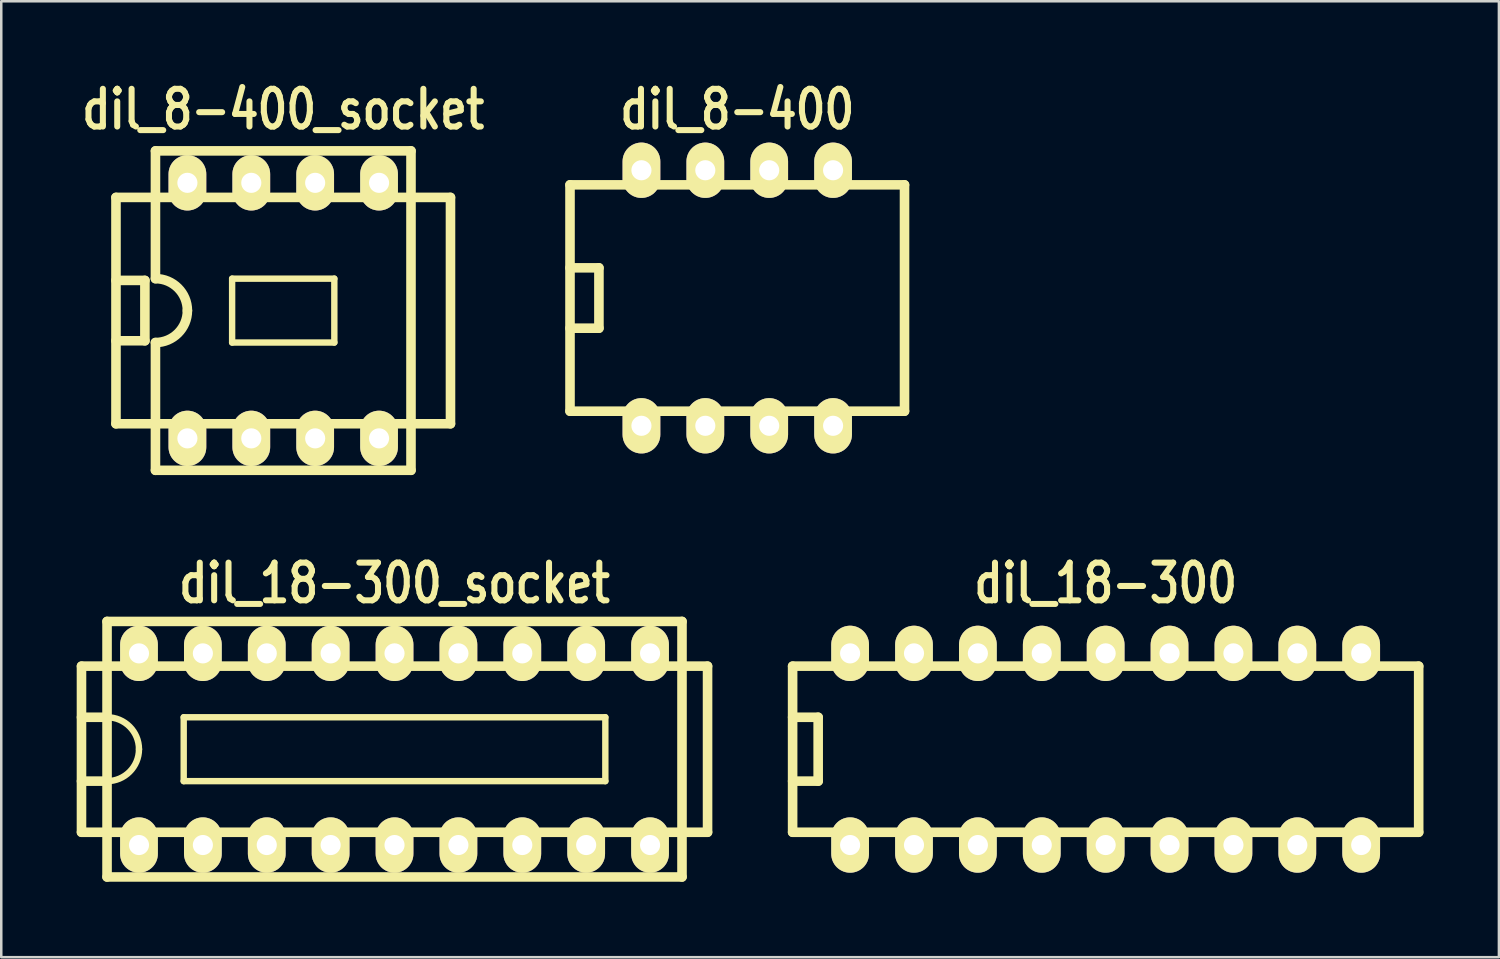
<source format=kicad_pcb>
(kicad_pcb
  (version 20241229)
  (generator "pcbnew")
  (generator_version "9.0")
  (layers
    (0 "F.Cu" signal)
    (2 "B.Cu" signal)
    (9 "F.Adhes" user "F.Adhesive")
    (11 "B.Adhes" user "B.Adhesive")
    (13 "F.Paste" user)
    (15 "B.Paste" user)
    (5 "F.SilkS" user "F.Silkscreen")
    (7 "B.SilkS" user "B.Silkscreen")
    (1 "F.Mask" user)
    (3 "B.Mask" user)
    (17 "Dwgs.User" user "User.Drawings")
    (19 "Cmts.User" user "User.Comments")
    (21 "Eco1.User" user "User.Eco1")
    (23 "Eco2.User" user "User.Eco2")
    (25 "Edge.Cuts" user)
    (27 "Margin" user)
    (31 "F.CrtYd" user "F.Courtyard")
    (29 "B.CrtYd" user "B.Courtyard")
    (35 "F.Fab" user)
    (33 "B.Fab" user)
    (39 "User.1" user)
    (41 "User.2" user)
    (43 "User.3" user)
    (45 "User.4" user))
  (footprint "dil_18-300"
    (layer "F.Cu")
    (at 40.91 26.738)
    (property "Reference" "dil_18-300" (at 0 -6.6 0) (layer "F.SilkS") (effects (font (size 1.5 1.2) (thickness 0.24))))
    (attr through_hole)
    (fp_line (start -12.446 -3.302) (end 12.446 -3.302) (stroke (width 0.381) (type solid)) (layer "F.SilkS"))
    (fp_line (start -12.446 3.302) (end -12.446 -3.302) (stroke (width 0.381) (type solid)) (layer "F.SilkS"))
    (fp_line (start -12.446 3.302) (end 12.446 3.302) (stroke (width 0.381) (type solid)) (layer "F.SilkS"))
    (fp_line (start -11.43 -1.27) (end -12.446 -1.27) (stroke (width 0.381) (type solid)) (layer "F.SilkS"))
    (fp_line (start -11.43 -1.27) (end -11.43 1.27) (stroke (width 0.381) (type solid)) (layer "F.SilkS"))
    (fp_line (start -11.43 1.27) (end -12.446 1.27) (stroke (width 0.381) (type solid)) (layer "F.SilkS"))
    (fp_line (start 12.446 -3.302) (end 12.446 3.302) (stroke (width 0.381) (type solid)) (layer "F.SilkS"))
    (pad "1" thru_hole oval (at -10.16 3.81) (size 1.5 2.2) (drill 0.8) (layers "*.Cu" "*.Mask" "F.SilkS"))
    (pad "2" thru_hole oval (at -7.62 3.81) (size 1.5 2.2) (drill 0.8) (layers "*.Cu" "*.Mask" "F.SilkS"))
    (pad "3" thru_hole oval (at -5.08 3.81) (size 1.5 2.2) (drill 0.8) (layers "*.Cu" "*.Mask" "F.SilkS"))
    (pad "4" thru_hole oval (at -2.54 3.81) (size 1.5 2.2) (drill 0.8) (layers "*.Cu" "*.Mask" "F.SilkS"))
    (pad "5" thru_hole oval (at 0 3.81) (size 1.5 2.2) (drill 0.8) (layers "*.Cu" "*.Mask" "F.SilkS"))
    (pad "6" thru_hole oval (at 2.54 3.81) (size 1.5 2.2) (drill 0.8) (layers "*.Cu" "*.Mask" "F.SilkS"))
    (pad "7" thru_hole oval (at 5.08 3.81) (size 1.5 2.2) (drill 0.8) (layers "*.Cu" "*.Mask" "F.SilkS"))
    (pad "8" thru_hole oval (at 7.62 3.81) (size 1.5 2.2) (drill 0.8) (layers "*.Cu" "*.Mask" "F.SilkS"))
    (pad "9" thru_hole oval (at 10.16 3.81) (size 1.5 2.2) (drill 0.8) (layers "*.Cu" "*.Mask" "F.SilkS"))
    (pad "10" thru_hole oval (at 10.16 -3.81) (size 1.5 2.2) (drill 0.8) (layers "*.Cu" "*.Mask" "F.SilkS"))
    (pad "11" thru_hole oval (at 7.62 -3.81) (size 1.5 2.2) (drill 0.8) (layers "*.Cu" "*.Mask" "F.SilkS"))
    (pad "12" thru_hole oval (at 5.08 -3.81) (size 1.5 2.2) (drill 0.8) (layers "*.Cu" "*.Mask" "F.SilkS"))
    (pad "13" thru_hole oval (at 2.54 -3.81) (size 1.5 2.2) (drill 0.8) (layers "*.Cu" "*.Mask" "F.SilkS"))
    (pad "14" thru_hole oval (at 0 -3.81) (size 1.5 2.2) (drill 0.8) (layers "*.Cu" "*.Mask" "F.SilkS"))
    (pad "15" thru_hole oval (at -2.54 -3.81) (size 1.5 2.2) (drill 0.8) (layers "*.Cu" "*.Mask" "F.SilkS"))
    (pad "16" thru_hole oval (at -5.08 -3.81) (size 1.5 2.2) (drill 0.8) (layers "*.Cu" "*.Mask" "F.SilkS"))
    (pad "17" thru_hole oval (at -7.62 -3.81) (size 1.5 2.2) (drill 0.8) (layers "*.Cu" "*.Mask" "F.SilkS"))
    (pad "18" thru_hole oval (at -10.16 -3.81) (size 1.5 2.2) (drill 0.8) (layers "*.Cu" "*.Mask" "F.SilkS")))
  (footprint "dil_8-400"
    (layer "F.Cu")
    (at 26.263 8.799)
    (property "Reference" "dil_8-400" (at 0 -7.5 0) (layer "F.SilkS") (effects (font (size 1.5 1.2) (thickness 0.24))))
    (attr through_hole)
    (fp_line (start -6.65 -4.5) (end 6.65 -4.5) (stroke (width 0.381) (type solid)) (layer "F.SilkS"))
    (fp_line (start -6.65 4.5) (end -6.65 -4.5) (stroke (width 0.381) (type solid)) (layer "F.SilkS"))
    (fp_line (start -5.5 -1.2) (end -6.65 -1.2) (stroke (width 0.381) (type solid)) (layer "F.SilkS"))
    (fp_line (start -5.5 -1.2) (end -5.5 1.2) (stroke (width 0.381) (type solid)) (layer "F.SilkS"))
    (fp_line (start -5.5 1.2) (end -6.65 1.2) (stroke (width 0.381) (type solid)) (layer "F.SilkS"))
    (fp_line (start 6.65 -4.5) (end 6.65 4.5) (stroke (width 0.381) (type solid)) (layer "F.SilkS"))
    (fp_line (start 6.65 4.5) (end -6.65 4.5) (stroke (width 0.381) (type solid)) (layer "F.SilkS"))
    (pad "1" thru_hole oval (at -3.81 5.08) (size 1.5 2.2) (drill 0.8) (layers "*.Cu" "*.Mask" "F.SilkS"))
    (pad "2" thru_hole oval (at -1.27 5.08) (size 1.5 2.2) (drill 0.8) (layers "*.Cu" "*.Mask" "F.SilkS"))
    (pad "3" thru_hole oval (at 1.27 5.08) (size 1.5 2.2) (drill 0.8) (layers "*.Cu" "*.Mask" "F.SilkS"))
    (pad "4" thru_hole oval (at 3.81 5.08) (size 1.5 2.2) (drill 0.8) (layers "*.Cu" "*.Mask" "F.SilkS"))
    (pad "5" thru_hole oval (at 3.81 -5.08) (size 1.5 2.2) (drill 0.8) (layers "*.Cu" "*.Mask" "F.SilkS"))
    (pad "6" thru_hole oval (at 1.27 -5.08) (size 1.5 2.2) (drill 0.8) (layers "*.Cu" "*.Mask" "F.SilkS"))
    (pad "7" thru_hole oval (at -1.27 -5.08) (size 1.5 2.2) (drill 0.8) (layers "*.Cu" "*.Mask" "F.SilkS"))
    (pad "8" thru_hole oval (at -3.81 -5.08) (size 1.5 2.2) (drill 0.8) (layers "*.Cu" "*.Mask" "F.SilkS")))
  (footprint "dil_8-400_socket"
    (layer "F.Cu")
    (at 8.211 9.299)
    (property "Reference" "dil_8-400_socket" (at 0 -8 0) (layer "F.SilkS") (effects (font (size 1.5 1.2) (thickness 0.24))))
    (attr through_hole)
    (fp_line (start -6.65 -4.5) (end 6.65 -4.5) (stroke (width 0.381) (type solid)) (layer "F.SilkS"))
    (fp_line (start -6.65 4.5) (end -6.65 -4.5) (stroke (width 0.381) (type solid)) (layer "F.SilkS"))
    (fp_line (start -6.65 4.5) (end 6.65 4.5) (stroke (width 0.381) (type solid)) (layer "F.SilkS"))
    (fp_line (start -5.5 -1.2) (end -6.65 -1.2) (stroke (width 0.381) (type solid)) (layer "F.SilkS"))
    (fp_line (start -5.5 -1.2) (end -5.5 1.2) (stroke (width 0.381) (type solid)) (layer "F.SilkS"))
    (fp_line (start -5.5 1.2) (end -6.65 1.2) (stroke (width 0.381) (type solid)) (layer "F.SilkS"))
    (fp_line (start -5.08 -6.35) (end -5.08 -1.27) (stroke (width 0.381) (type solid)) (layer "F.SilkS"))
    (fp_line (start -5.08 6.35) (end -5.08 1.27) (stroke (width 0.381) (type solid)) (layer "F.SilkS"))
    (fp_line (start -2.032 -1.27) (end -2.032 1.27) (stroke (width 0.254) (type solid)) (layer "F.SilkS"))
    (fp_line (start -2.032 -1.27) (end 2.032 -1.27) (stroke (width 0.254) (type solid)) (layer "F.SilkS"))
    (fp_line (start 2.032 1.27) (end -2.032 1.27) (stroke (width 0.254) (type solid)) (layer "F.SilkS"))
    (fp_line (start 2.032 1.27) (end 2.032 -1.27) (stroke (width 0.254) (type solid)) (layer "F.SilkS"))
    (fp_line (start 5.08 -6.35) (end -5.08 -6.35) (stroke (width 0.381) (type solid)) (layer "F.SilkS"))
    (fp_line (start 5.08 -6.35) (end 5.08 6.35) (stroke (width 0.381) (type solid)) (layer "F.SilkS"))
    (fp_line (start 5.08 6.35) (end -5.08 6.35) (stroke (width 0.381) (type solid)) (layer "F.SilkS"))
    (fp_line (start 6.65 -4.5) (end 6.65 4.5) (stroke (width 0.381) (type solid)) (layer "F.SilkS"))
    (fp_arc (start -5.08 -1.27) (mid -4.181974 -0.898026) (end -3.81 0) (stroke (width 0.381) (type solid)) (layer "F.SilkS"))
    (fp_arc (start -3.81 0) (mid -4.181974 0.898026) (end -5.08 1.27) (stroke (width 0.381) (type solid)) (layer "F.SilkS"))
    (pad "1" thru_hole oval (at -3.81 5.08) (size 1.5 2.2) (drill 0.8) (layers "*.Cu" "*.Mask" "F.SilkS"))
    (pad "2" thru_hole oval (at -1.27 5.08) (size 1.5 2.2) (drill 0.8) (layers "*.Cu" "*.Mask" "F.SilkS"))
    (pad "3" thru_hole oval (at 1.27 5.08) (size 1.5 2.2) (drill 0.8) (layers "*.Cu" "*.Mask" "F.SilkS"))
    (pad "4" thru_hole oval (at 3.81 5.08) (size 1.5 2.2) (drill 0.8) (layers "*.Cu" "*.Mask" "F.SilkS"))
    (pad "5" thru_hole oval (at 3.81 -5.08) (size 1.5 2.2) (drill 0.8) (layers "*.Cu" "*.Mask" "F.SilkS"))
    (pad "6" thru_hole oval (at 1.27 -5.08) (size 1.5 2.2) (drill 0.8) (layers "*.Cu" "*.Mask" "F.SilkS"))
    (pad "7" thru_hole oval (at -1.27 -5.08) (size 1.5 2.2) (drill 0.8) (layers "*.Cu" "*.Mask" "F.SilkS"))
    (pad "8" thru_hole oval (at -3.81 -5.08) (size 1.5 2.2) (drill 0.8) (layers "*.Cu" "*.Mask" "F.SilkS")))
  (footprint "dil_18-300_socket"
    (layer "F.Cu")
    (at 12.636 26.738)
    (property "Reference" "dil_18-300_socket" (at 0 -6.6 0) (layer "F.SilkS") (effects (font (size 1.5 1.2) (thickness 0.24))))
    (attr through_hole)
    (fp_line (start -12.446 -3.302) (end 12.446 -3.302) (stroke (width 0.381) (type solid)) (layer "F.SilkS"))
    (fp_line (start -12.446 3.302) (end -12.446 -3.302) (stroke (width 0.381) (type solid)) (layer "F.SilkS"))
    (fp_line (start -12.446 3.302) (end 12.446 3.302) (stroke (width 0.381) (type solid)) (layer "F.SilkS"))
    (fp_line (start -11.43 -5.08) (end 11.43 -5.08) (stroke (width 0.381) (type solid)) (layer "F.SilkS"))
    (fp_line (start -11.43 -1.27) (end -12.446 -1.27) (stroke (width 0.381) (type solid)) (layer "F.SilkS"))
    (fp_line (start -11.43 1.27) (end -12.446 1.27) (stroke (width 0.381) (type solid)) (layer "F.SilkS"))
    (fp_line (start -11.43 5.08) (end -11.43 -5.08) (stroke (width 0.381) (type solid)) (layer "F.SilkS"))
    (fp_line (start -8.382 -1.27) (end -8.382 1.27) (stroke (width 0.254) (type solid)) (layer "F.SilkS"))
    (fp_line (start -8.382 -1.27) (end 8.382 -1.27) (stroke (width 0.254) (type solid)) (layer "F.SilkS"))
    (fp_line (start 8.382 1.27) (end -8.382 1.27) (stroke (width 0.254) (type solid)) (layer "F.SilkS"))
    (fp_line (start 8.382 1.27) (end 8.382 -1.27) (stroke (width 0.254) (type solid)) (layer "F.SilkS"))
    (fp_line (start 11.43 -5.08) (end 11.43 5.08) (stroke (width 0.381) (type solid)) (layer "F.SilkS"))
    (fp_line (start 11.43 5.08) (end -11.43 5.08) (stroke (width 0.381) (type solid)) (layer "F.SilkS"))
    (fp_line (start 12.446 -3.302) (end 12.446 3.302) (stroke (width 0.381) (type solid)) (layer "F.SilkS"))
    (fp_arc (start -11.43 -1.27) (mid -10.531974 -0.898026) (end -10.16 0) (stroke (width 0.254) (type solid)) (layer "F.SilkS"))
    (fp_arc (start -10.16 0) (mid -10.531974 0.898026) (end -11.43 1.27) (stroke (width 0.254) (type solid)) (layer "F.SilkS"))
    (pad "1" thru_hole oval (at -10.16 3.81) (size 1.5 2.2) (drill 0.8) (layers "*.Cu" "*.Mask" "F.SilkS"))
    (pad "2" thru_hole oval (at -7.62 3.81) (size 1.5 2.2) (drill 0.8) (layers "*.Cu" "*.Mask" "F.SilkS"))
    (pad "3" thru_hole oval (at -5.08 3.81) (size 1.5 2.2) (drill 0.8) (layers "*.Cu" "*.Mask" "F.SilkS"))
    (pad "4" thru_hole oval (at -2.54 3.81) (size 1.5 2.2) (drill 0.8) (layers "*.Cu" "*.Mask" "F.SilkS"))
    (pad "5" thru_hole oval (at 0 3.81) (size 1.5 2.2) (drill 0.8) (layers "*.Cu" "*.Mask" "F.SilkS"))
    (pad "6" thru_hole oval (at 2.54 3.81) (size 1.5 2.2) (drill 0.8) (layers "*.Cu" "*.Mask" "F.SilkS"))
    (pad "7" thru_hole oval (at 5.08 3.81) (size 1.5 2.2) (drill 0.8) (layers "*.Cu" "*.Mask" "F.SilkS"))
    (pad "8" thru_hole oval (at 7.62 3.81) (size 1.5 2.2) (drill 0.8) (layers "*.Cu" "*.Mask" "F.SilkS"))
    (pad "9" thru_hole oval (at 10.16 3.81) (size 1.5 2.2) (drill 0.8) (layers "*.Cu" "*.Mask" "F.SilkS"))
    (pad "10" thru_hole oval (at 10.16 -3.81) (size 1.5 2.2) (drill 0.8) (layers "*.Cu" "*.Mask" "F.SilkS"))
    (pad "11" thru_hole oval (at 7.62 -3.81) (size 1.5 2.2) (drill 0.8) (layers "*.Cu" "*.Mask" "F.SilkS"))
    (pad "12" thru_hole oval (at 5.08 -3.81) (size 1.5 2.2) (drill 0.8) (layers "*.Cu" "*.Mask" "F.SilkS"))
    (pad "13" thru_hole oval (at 2.54 -3.81) (size 1.5 2.2) (drill 0.8) (layers "*.Cu" "*.Mask" "F.SilkS"))
    (pad "14" thru_hole oval (at 0 -3.81) (size 1.5 2.2) (drill 0.8) (layers "*.Cu" "*.Mask" "F.SilkS"))
    (pad "15" thru_hole oval (at -2.54 -3.81) (size 1.5 2.2) (drill 0.8) (layers "*.Cu" "*.Mask" "F.SilkS"))
    (pad "16" thru_hole oval (at -5.08 -3.81) (size 1.5 2.2) (drill 0.8) (layers "*.Cu" "*.Mask" "F.SilkS"))
    (pad "17" thru_hole oval (at -7.62 -3.81) (size 1.5 2.2) (drill 0.8) (layers "*.Cu" "*.Mask" "F.SilkS"))
    (pad "18" thru_hole oval (at -10.16 -3.81) (size 1.5 2.2) (drill 0.8) (layers "*.Cu" "*.Mask" "F.SilkS")))
  (gr_rect
    (start -3 -3)
    (end 56.546 35.008)
    (stroke (width 0.1) (type default))
    (fill no)
    (layer "Edge.Cuts")))
</source>
